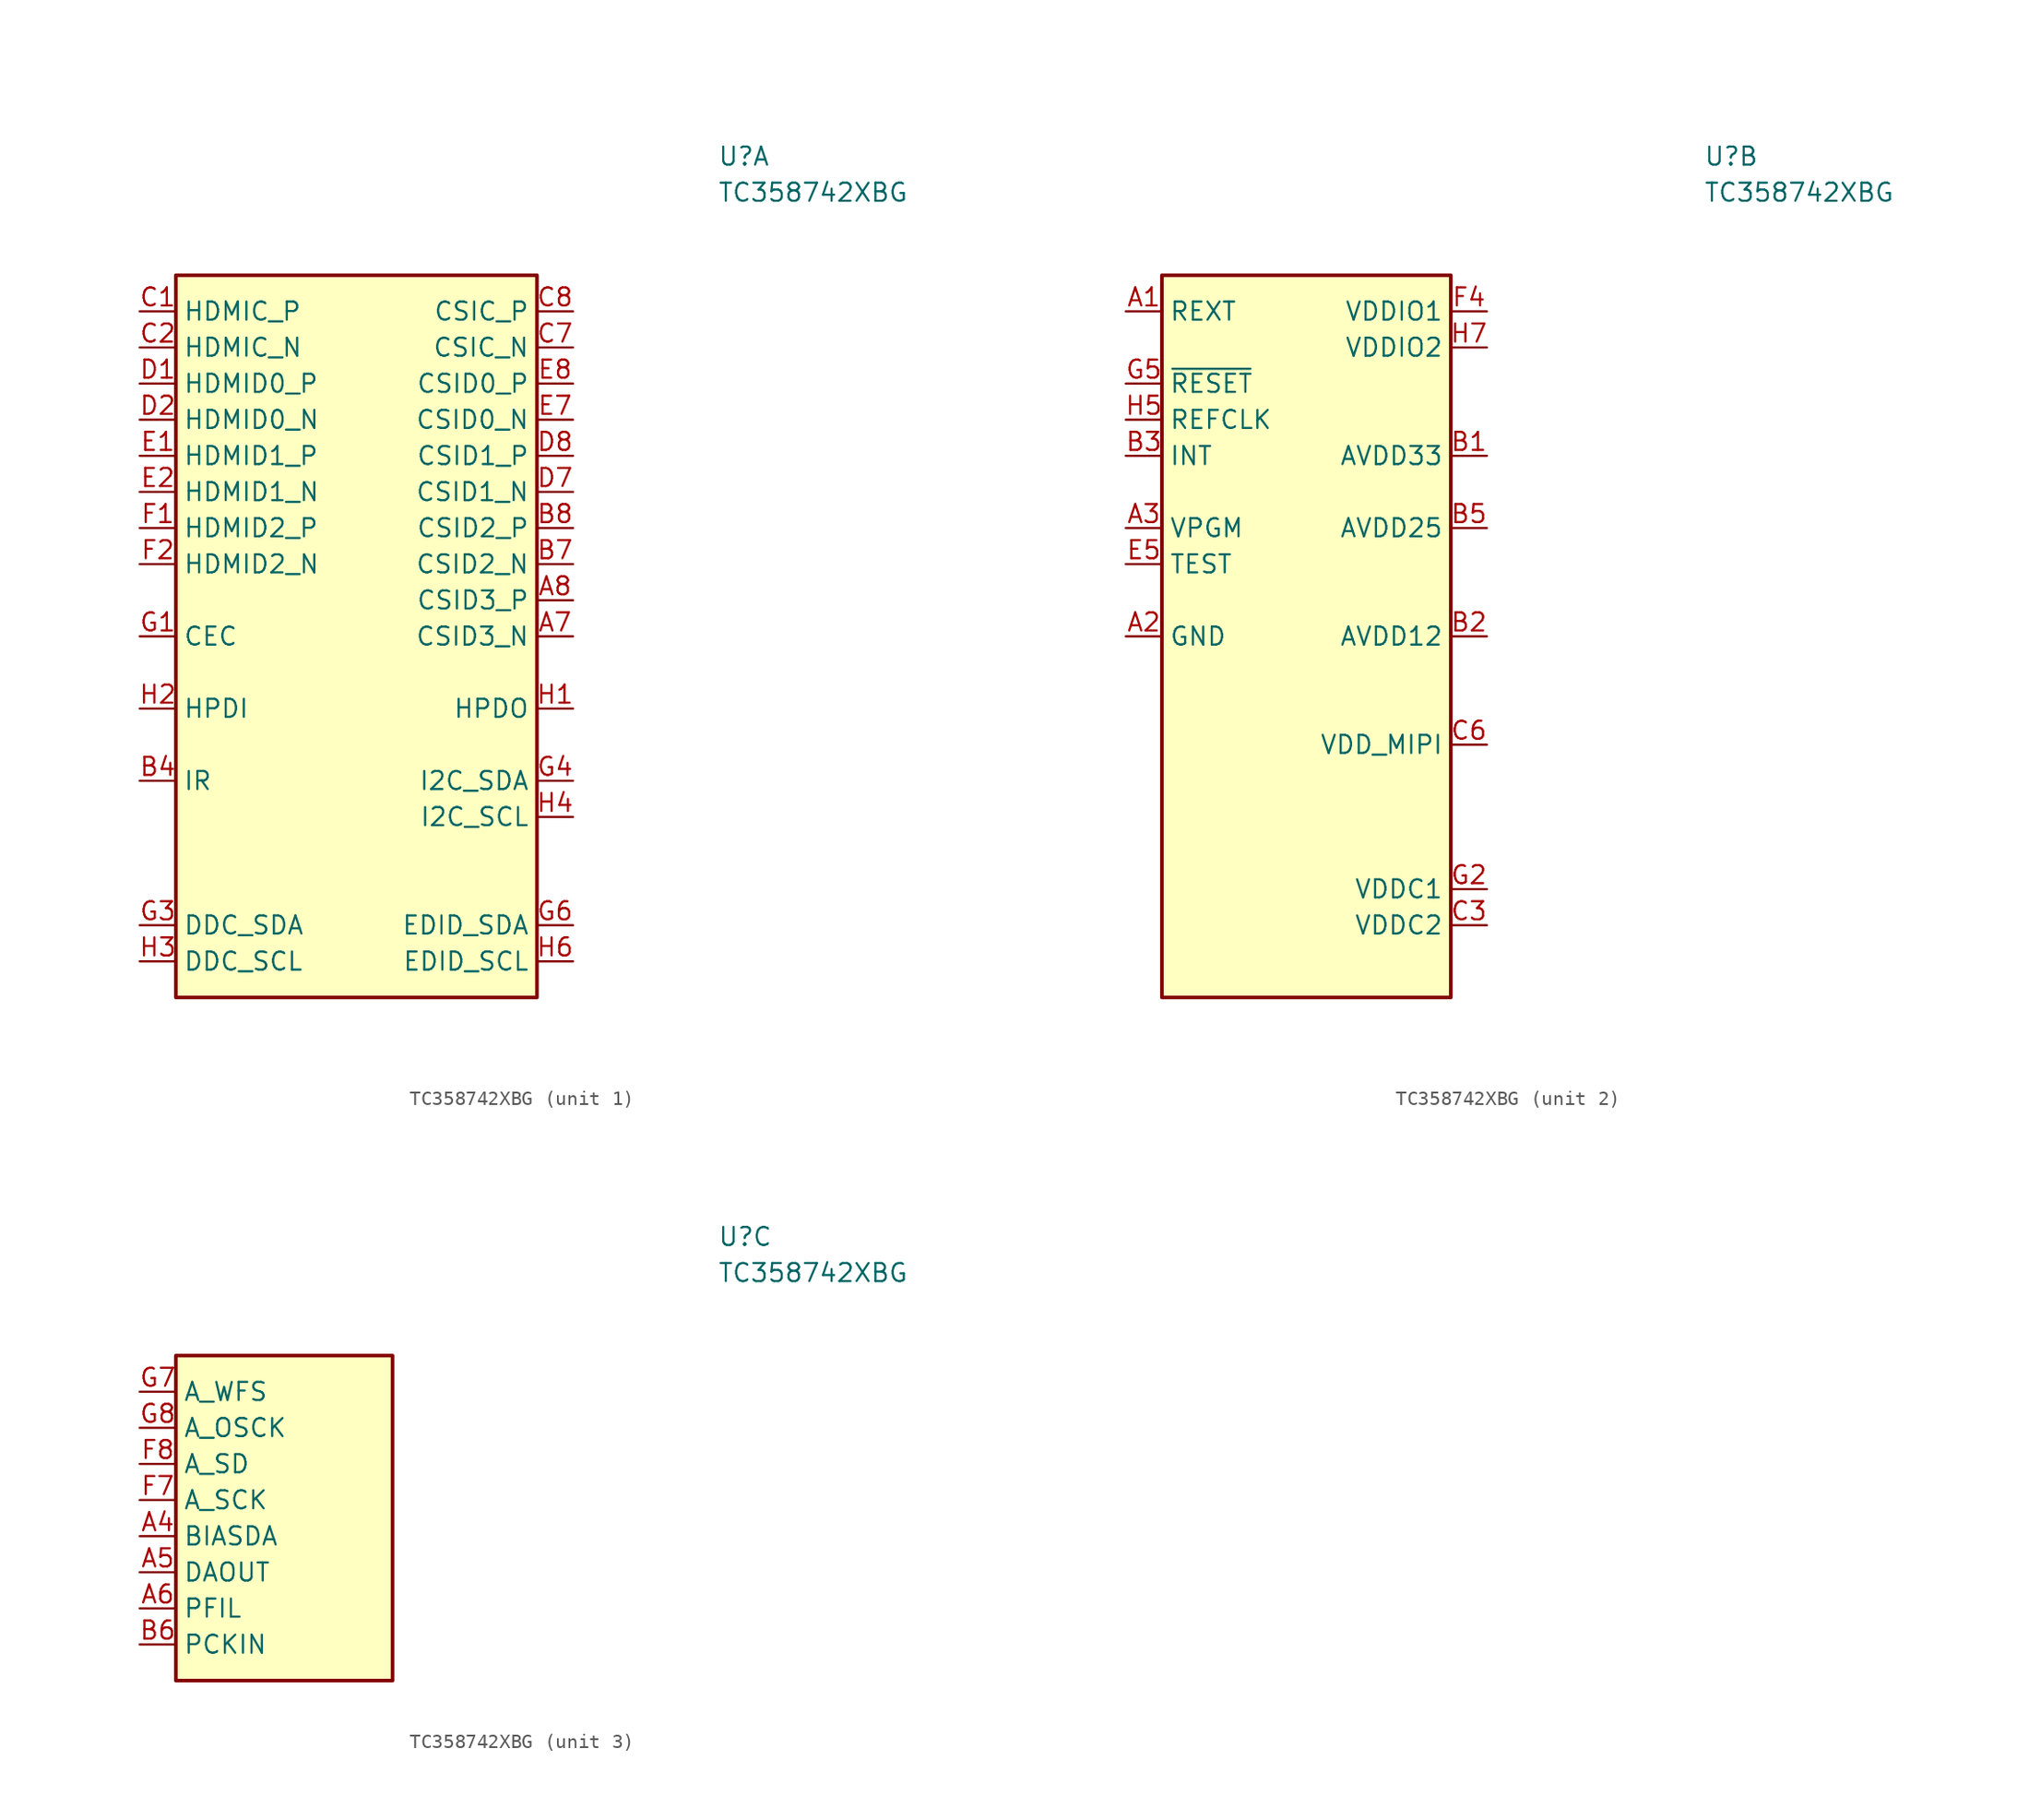
<source format=kicad_sym>
(kicad_symbol_lib
  (version 20211014)
  (generator kicad_symbol_editor)
  (symbol "TC358742XBG"
    (property "Reference" "U"
      (at 40.64 10.16 0)
      (effects (font (size 1.27 1.27) (thickness 0.15)) (justify left bottom)))
    (property "Value" "TC358742XBG"
      (at 40.64 7.62 0)
      (effects (font (size 1.27 1.27) (thickness 0.15)) (justify left bottom)))
    (property "ki_locked" ""
      (at 0 0 0)
      (effects (font (size 1.27 1.27))))
    (symbol "TC358742XBG_1_1"
      (rectangle (start 2.54 2.54) (end 27.94 -48.26) (stroke (width 0.254) (type default) (color 0 0 0 0)) (fill (type background)))
      (pin output line (at 30.48 -22.86 180) (length 2.54) (name "CSID3_N" (effects (font (size 1.27 1.27)))) (number "A7" (effects (font (size 1.27 1.27)))))
      (pin output line (at 30.48 -20.32 180) (length 2.54) (name "CSID3_P" (effects (font (size 1.27 1.27)))) (number "A8" (effects (font (size 1.27 1.27)))))
      (pin input line (at 0 -33.02 0) (length 2.54) (name "IR" (effects (font (size 1.27 1.27)))) (number "B4" (effects (font (size 1.27 1.27)))))
      (pin output line (at 30.48 -17.78 180) (length 2.54) (name "CSID2_N" (effects (font (size 1.27 1.27)))) (number "B7" (effects (font (size 1.27 1.27)))))
      (pin output line (at 30.48 -15.24 180) (length 2.54) (name "CSID2_P" (effects (font (size 1.27 1.27)))) (number "B8" (effects (font (size 1.27 1.27)))))
      (pin input line (at 0 0 0) (length 2.54) (name "HDMIC_P" (effects (font (size 1.27 1.27)))) (number "C1" (effects (font (size 1.27 1.27)))))
      (pin input line (at 0 -2.54 0) (length 2.54) (name "HDMIC_N" (effects (font (size 1.27 1.27)))) (number "C2" (effects (font (size 1.27 1.27)))))
      (pin output line (at 30.48 -2.54 180) (length 2.54) (name "CSIC_N" (effects (font (size 1.27 1.27)))) (number "C7" (effects (font (size 1.27 1.27)))))
      (pin output line (at 30.48 0 180) (length 2.54) (name "CSIC_P" (effects (font (size 1.27 1.27)))) (number "C8" (effects (font (size 1.27 1.27)))))
      (pin input line (at 0 -5.08 0) (length 2.54) (name "HDMID0_P" (effects (font (size 1.27 1.27)))) (number "D1" (effects (font (size 1.27 1.27)))))
      (pin input line (at 0 -7.62 0) (length 2.54) (name "HDMID0_N" (effects (font (size 1.27 1.27)))) (number "D2" (effects (font (size 1.27 1.27)))))
      (pin output line (at 30.48 -12.7 180) (length 2.54) (name "CSID1_N" (effects (font (size 1.27 1.27)))) (number "D7" (effects (font (size 1.27 1.27)))))
      (pin output line (at 30.48 -10.16 180) (length 2.54) (name "CSID1_P" (effects (font (size 1.27 1.27)))) (number "D8" (effects (font (size 1.27 1.27)))))
      (pin input line (at 0 -10.16 0) (length 2.54) (name "HDMID1_P" (effects (font (size 1.27 1.27)))) (number "E1" (effects (font (size 1.27 1.27)))))
      (pin input line (at 0 -12.7 0) (length 2.54) (name "HDMID1_N" (effects (font (size 1.27 1.27)))) (number "E2" (effects (font (size 1.27 1.27)))))
      (pin output line (at 30.48 -7.62 180) (length 2.54) (name "CSID0_N" (effects (font (size 1.27 1.27)))) (number "E7" (effects (font (size 1.27 1.27)))))
      (pin output line (at 30.48 -5.08 180) (length 2.54) (name "CSID0_P" (effects (font (size 1.27 1.27)))) (number "E8" (effects (font (size 1.27 1.27)))))
      (pin input line (at 0 -15.24 0) (length 2.54) (name "HDMID2_P" (effects (font (size 1.27 1.27)))) (number "F1" (effects (font (size 1.27 1.27)))))
      (pin input line (at 0 -17.78 0) (length 2.54) (name "HDMID2_N" (effects (font (size 1.27 1.27)))) (number "F2" (effects (font (size 1.27 1.27)))))
      (pin bidirectional line (at 0 -22.86 0) (length 2.54) (name "CEC" (effects (font (size 1.27 1.27)))) (number "G1" (effects (font (size 1.27 1.27)))))
      (pin bidirectional line (at 0 -43.18 0) (length 2.54) (name "DDC_SDA" (effects (font (size 1.27 1.27)))) (number "G3" (effects (font (size 1.27 1.27)))))
      (pin bidirectional line (at 30.48 -33.02 180) (length 2.54) (name "I2C_SDA" (effects (font (size 1.27 1.27)))) (number "G4" (effects (font (size 1.27 1.27)))))
      (pin bidirectional line (at 30.48 -43.18 180) (length 2.54) (name "EDID_SDA" (effects (font (size 1.27 1.27)))) (number "G6" (effects (font (size 1.27 1.27)))))
      (pin output line (at 30.48 -27.94 180) (length 2.54) (name "HPDO" (effects (font (size 1.27 1.27)))) (number "H1" (effects (font (size 1.27 1.27)))))
      (pin input line (at 0 -27.94 0) (length 2.54) (name "HPDI" (effects (font (size 1.27 1.27)))) (number "H2" (effects (font (size 1.27 1.27)))))
      (pin bidirectional line (at 0 -45.72 0) (length 2.54) (name "DDC_SCL" (effects (font (size 1.27 1.27)))) (number "H3" (effects (font (size 1.27 1.27)))))
      (pin bidirectional line (at 30.48 -35.56 180) (length 2.54) (name "I2C_SCL" (effects (font (size 1.27 1.27)))) (number "H4" (effects (font (size 1.27 1.27)))))
      (pin bidirectional line (at 30.48 -45.72 180) (length 2.54) (name "EDID_SCL" (effects (font (size 1.27 1.27)))) (number "H6" (effects (font (size 1.27 1.27))))))
    (symbol "TC358742XBG_2_1"
      (rectangle (start 2.54 2.54) (end 22.86 -48.26) (stroke (width 0.254) (type default) (color 0 0 0 0)) (fill (type background)))
      (pin input line (at 0 0 0) (length 2.54) (name "REXT" (effects (font (size 1.27 1.27)))) (number "A1" (effects (font (size 1.27 1.27)))))
      (pin power_in line (at 0 -22.86 0) (length 2.54) (name "GND" (effects (font (size 1.27 1.27)))) (number "A2" (effects (font (size 1.27 1.27)))))
      (pin input line (at 0 -15.24 0) (length 2.54) (name "VPGM" (effects (font (size 1.27 1.27)))) (number "A3" (effects (font (size 1.27 1.27)))))
      (pin power_in line (at 25.4 -10.16 180) (length 2.54) (name "AVDD33" (effects (font (size 1.27 1.27)))) (number "B1" (effects (font (size 1.27 1.27)))))
      (pin power_in line (at 25.4 -22.86 180) (length 2.54) (name "AVDD12" (effects (font (size 1.27 1.27)))) (number "B2" (effects (font (size 1.27 1.27)))))
      (pin output line (at 0 -10.16 0) (length 2.54) (name "INT" (effects (font (size 1.27 1.27)))) (number "B3" (effects (font (size 1.27 1.27)))))
      (pin power_in line (at 25.4 -15.24 180) (length 2.54) (name "AVDD25" (effects (font (size 1.27 1.27)))) (number "B5" (effects (font (size 1.27 1.27)))))
      (pin power_in line (at 25.4 -43.18 180) (length 2.54) (name "VDDC2" (effects (font (size 1.27 1.27)))) (number "C3" (effects (font (size 1.27 1.27)))))
      (pin passive line (at 0 -22.86 0) (length 2.54) hide (name "GND" (effects (font (size 1.27 1.27)))) (number "C4" (effects (font (size 1.27 1.27)))))
      (pin passive line (at 0 -22.86 0) (length 2.54) hide (name "GND" (effects (font (size 1.27 1.27)))) (number "C5" (effects (font (size 1.27 1.27)))))
      (pin power_in line (at 25.4 -30.48 180) (length 2.54) (name "VDD_MIPI" (effects (font (size 1.27 1.27)))) (number "C6" (effects (font (size 1.27 1.27)))))
      (pin passive line (at 25.4 -22.86 180) (length 2.54) hide (name "AVDD12" (effects (font (size 1.27 1.27)))) (number "D3" (effects (font (size 1.27 1.27)))))
      (pin passive line (at 0 -22.86 0) (length 2.54) hide (name "GND" (effects (font (size 1.27 1.27)))) (number "D4" (effects (font (size 1.27 1.27)))))
      (pin passive line (at 0 -22.86 0) (length 2.54) hide (name "GND" (effects (font (size 1.27 1.27)))) (number "D5" (effects (font (size 1.27 1.27)))))
      (pin passive line (at 0 -22.86 0) (length 2.54) hide (name "GND" (effects (font (size 1.27 1.27)))) (number "D6" (effects (font (size 1.27 1.27)))))
      (pin passive line (at 0 -22.86 0) (length 2.54) hide (name "GND" (effects (font (size 1.27 1.27)))) (number "E3" (effects (font (size 1.27 1.27)))))
      (pin passive line (at 0 -22.86 0) (length 2.54) hide (name "GND" (effects (font (size 1.27 1.27)))) (number "E4" (effects (font (size 1.27 1.27)))))
      (pin input line (at 0 -17.78 0) (length 2.54) (name "TEST" (effects (font (size 1.27 1.27)))) (number "E5" (effects (font (size 1.27 1.27)))))
      (pin passive line (at 0 -22.86 0) (length 2.54) hide (name "GND" (effects (font (size 1.27 1.27)))) (number "E6" (effects (font (size 1.27 1.27)))))
      (pin passive line (at 25.4 -10.16 180) (length 2.54) hide (name "AVDD33" (effects (font (size 1.27 1.27)))) (number "F3" (effects (font (size 1.27 1.27)))))
      (pin power_in line (at 25.4 0 180) (length 2.54) (name "VDDIO1" (effects (font (size 1.27 1.27)))) (number "F4" (effects (font (size 1.27 1.27)))))
      (pin passive line (at 25.4 -43.18 180) (length 2.54) hide (name "VDDC2" (effects (font (size 1.27 1.27)))) (number "F5" (effects (font (size 1.27 1.27)))))
      (pin passive line (at 25.4 -30.48 180) (length 2.54) hide (name "VDD_MIPI" (effects (font (size 1.27 1.27)))) (number "F6" (effects (font (size 1.27 1.27)))))
      (pin power_in line (at 25.4 -40.64 180) (length 2.54) (name "VDDC1" (effects (font (size 1.27 1.27)))) (number "G2" (effects (font (size 1.27 1.27)))))
      (pin input line (at 0 -5.08 0) (length 2.54) (name "~{RESET}" (effects (font (size 1.27 1.27)))) (number "G5" (effects (font (size 1.27 1.27)))))
      (pin input line (at 0 -7.62 0) (length 2.54) (name "REFCLK" (effects (font (size 1.27 1.27)))) (number "H5" (effects (font (size 1.27 1.27)))))
      (pin power_in line (at 25.4 -2.54 180) (length 2.54) (name "VDDIO2" (effects (font (size 1.27 1.27)))) (number "H7" (effects (font (size 1.27 1.27)))))
      (pin passive line (at 0 -22.86 0) (length 2.54) hide (name "GND" (effects (font (size 1.27 1.27)))) (number "H8" (effects (font (size 1.27 1.27))))))
    (symbol "TC358742XBG_3_1"
      (rectangle (start 2.54 2.54) (end 17.78 -20.32) (stroke (width 0.254) (type default) (color 0 0 0 0)) (fill (type background)))
      (pin output line (at 0 -10.16 0) (length 2.54) (name "BIASDA" (effects (font (size 1.27 1.27)))) (number "A4" (effects (font (size 1.27 1.27)))))
      (pin output line (at 0 -12.7 0) (length 2.54) (name "DAOUT" (effects (font (size 1.27 1.27)))) (number "A5" (effects (font (size 1.27 1.27)))))
      (pin output line (at 0 -15.24 0) (length 2.54) (name "PFIL" (effects (font (size 1.27 1.27)))) (number "A6" (effects (font (size 1.27 1.27)))))
      (pin input line (at 0 -17.78 0) (length 2.54) (name "PCKIN" (effects (font (size 1.27 1.27)))) (number "B6" (effects (font (size 1.27 1.27)))))
      (pin output line (at 0 -7.62 0) (length 2.54) (name "A_SCK" (effects (font (size 1.27 1.27)))) (number "F7" (effects (font (size 1.27 1.27)))))
      (pin output line (at 0 -5.08 0) (length 2.54) (name "A_SD" (effects (font (size 1.27 1.27)))) (number "F8" (effects (font (size 1.27 1.27)))))
      (pin output line (at 0 0 0) (length 2.54) (name "A_WFS" (effects (font (size 1.27 1.27)))) (number "G7" (effects (font (size 1.27 1.27)))))
      (pin output line (at 0 -2.54 0) (length 2.54) (name "A_OSCK" (effects (font (size 1.27 1.27)))) (number "G8" (effects (font (size 1.27 1.27))))))))
</source>
